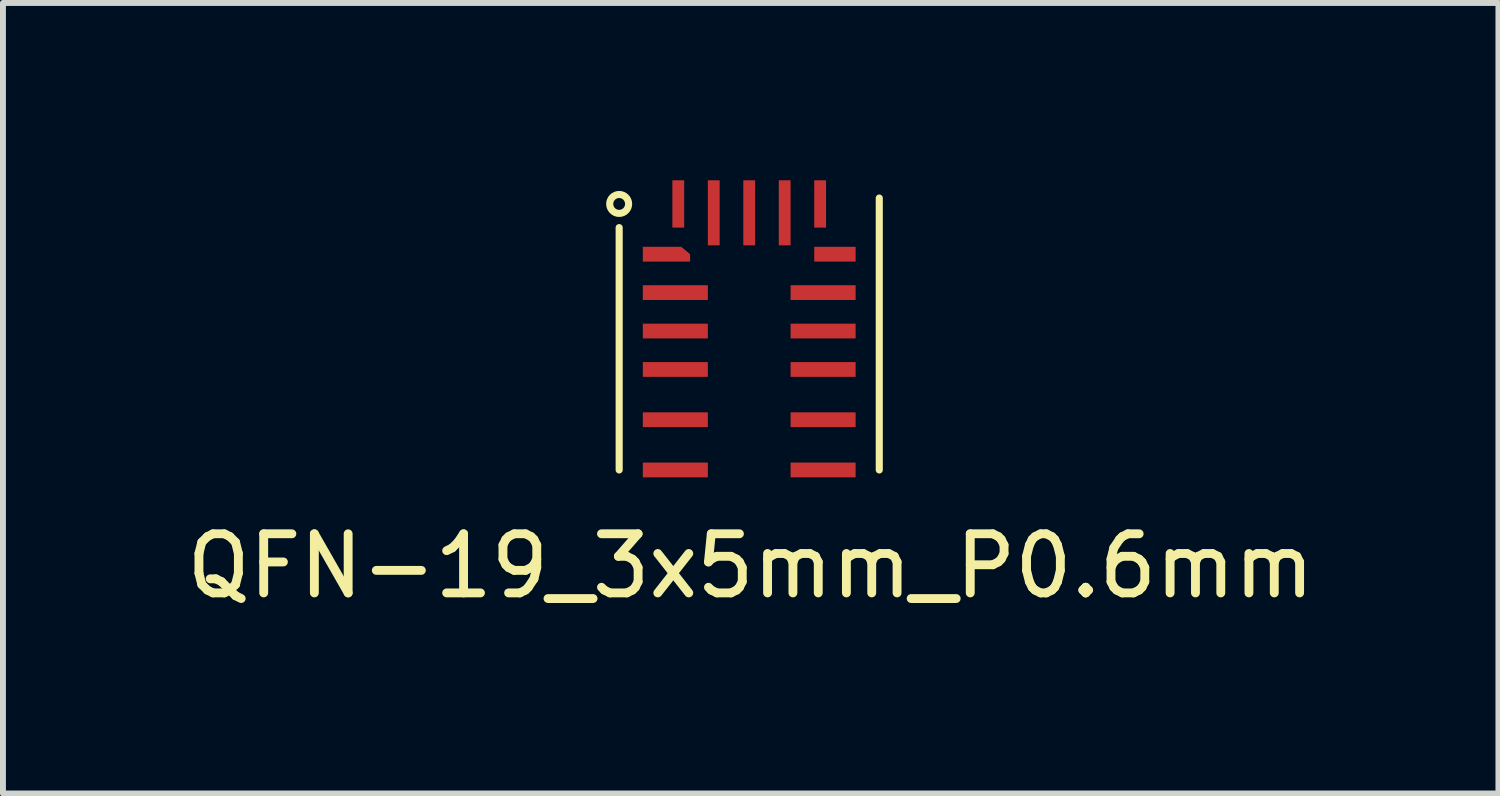
<source format=kicad_pcb>
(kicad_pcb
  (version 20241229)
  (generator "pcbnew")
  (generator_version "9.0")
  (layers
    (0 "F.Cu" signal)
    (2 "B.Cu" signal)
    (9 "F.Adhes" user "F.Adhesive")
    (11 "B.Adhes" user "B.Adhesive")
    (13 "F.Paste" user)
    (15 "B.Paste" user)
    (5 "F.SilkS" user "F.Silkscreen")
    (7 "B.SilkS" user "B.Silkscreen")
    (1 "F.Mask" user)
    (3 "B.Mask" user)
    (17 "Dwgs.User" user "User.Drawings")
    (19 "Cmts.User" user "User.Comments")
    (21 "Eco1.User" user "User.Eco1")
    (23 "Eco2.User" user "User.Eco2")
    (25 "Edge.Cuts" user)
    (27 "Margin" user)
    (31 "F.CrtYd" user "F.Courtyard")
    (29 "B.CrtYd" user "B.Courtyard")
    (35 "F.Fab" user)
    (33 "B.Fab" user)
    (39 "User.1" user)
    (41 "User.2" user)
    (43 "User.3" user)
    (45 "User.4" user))
  (footprint "QFN-19_3x5mm_P0.6mm"
    (layer "F.Cu")
    (at 9.624 2.8)
    (property "Reference" "QFN-19_3x5mm_P0.6mm" (at 0.025 3.725 0) (layer "F.SilkS") (effects (font (size 1 1) (thickness 0.15))))
    (attr through_hole)
    (fp_line (start -2.2 -2) (end -2.2 2.1) (stroke (width 0.12) (type solid)) (layer "F.SilkS"))
    (fp_line (start 2.2 2.1) (end 2.2 -2.5) (stroke (width 0.12) (type solid)) (layer "F.SilkS"))
    (fp_circle (center -2.2 -2.4) (end -2.1 -2.275) (stroke (width 0.12) (type solid)) (fill no) (layer "F.SilkS"))
    (pad "1" smd custom (at -1.475 -1.55) (size 0.65 0.25) (layers "F.Cu" "F.Mask" "F.Paste") (options (anchor rect)) (primitives (gr_poly (pts (xy 0.325 0.125) (xy 0.475 0.125) (xy 0.475 0) (xy 0.325 -0.125)) (width 0) (fill yes))))
    (pad "2" smd custom (at -1.25 -0.9) (size 1.1 0.25) (layers "F.Cu" "F.Mask" "F.Paste") (options (anchor rect)) (primitives))
    (pad "3" smd custom (at -1.25 -0.25) (size 1.1 0.25) (layers "F.Cu" "F.Mask" "F.Paste") (options (anchor rect)) (primitives))
    (pad "4" smd custom (at -1.25 0.4) (size 1.1 0.25) (layers "F.Cu" "F.Mask" "F.Paste") (options (anchor rect)) (primitives))
    (pad "5" smd custom (at -1.25 1.25) (size 1.1 0.25) (layers "F.Cu" "F.Mask" "F.Paste") (options (anchor rect)) (primitives))
    (pad "6" smd custom (at -1.25 2.1) (size 1.1 0.25) (layers "F.Cu" "F.Mask" "F.Paste") (options (anchor rect)) (primitives))
    (pad "7" smd custom (at 1.25 2.1) (size 1.1 0.25) (layers "F.Cu" "F.Mask" "F.Paste") (options (anchor rect)) (primitives))
    (pad "8" smd custom (at 1.25 1.25) (size 1.1 0.25) (layers "F.Cu" "F.Mask" "F.Paste") (options (anchor rect)) (primitives))
    (pad "9" smd custom (at 1.25 0.4) (size 1.1 0.25) (layers "F.Cu" "F.Mask" "F.Paste") (options (anchor rect)) (primitives))
    (pad "10" smd custom (at 1.25 -0.25) (size 1.1 0.25) (layers "F.Cu" "F.Mask" "F.Paste") (options (anchor rect)) (primitives))
    (pad "11" smd custom (at 1.25 -0.9) (size 1.1 0.25) (layers "F.Cu" "F.Mask" "F.Paste") (options (anchor rect)) (primitives))
    (pad "12" smd custom (at 1.45 -1.55) (size 0.7 0.25) (layers "F.Cu" "F.Mask" "F.Paste") (options (anchor rect)) (primitives))
    (pad "13" smd rect (at 1.2 -2.4) (size 0.2 0.8) (layers "F.Cu" "F.Mask" "F.Paste"))
    (pad "14" smd rect (at 0.6 -2.25) (size 0.2 1.1) (layers "F.Cu" "F.Mask" "F.Paste"))
    (pad "15" smd rect (at 0 -2.25) (size 0.2 1.1) (layers "F.Cu" "F.Mask" "F.Paste"))
    (pad "16" smd rect (at -0.6 -2.25) (size 0.2 1.1) (layers "F.Cu" "F.Mask" "F.Paste"))
    (pad "17" smd rect (at -1.2 -2.4) (size 0.2 0.8) (layers "F.Cu" "F.Mask" "F.Paste")))
  (gr_rect
    (start -3 -3)
    (end 22.298 10.373)
    (stroke (width 0.1) (type default))
    (fill no)
    (layer "Edge.Cuts")))
</source>
